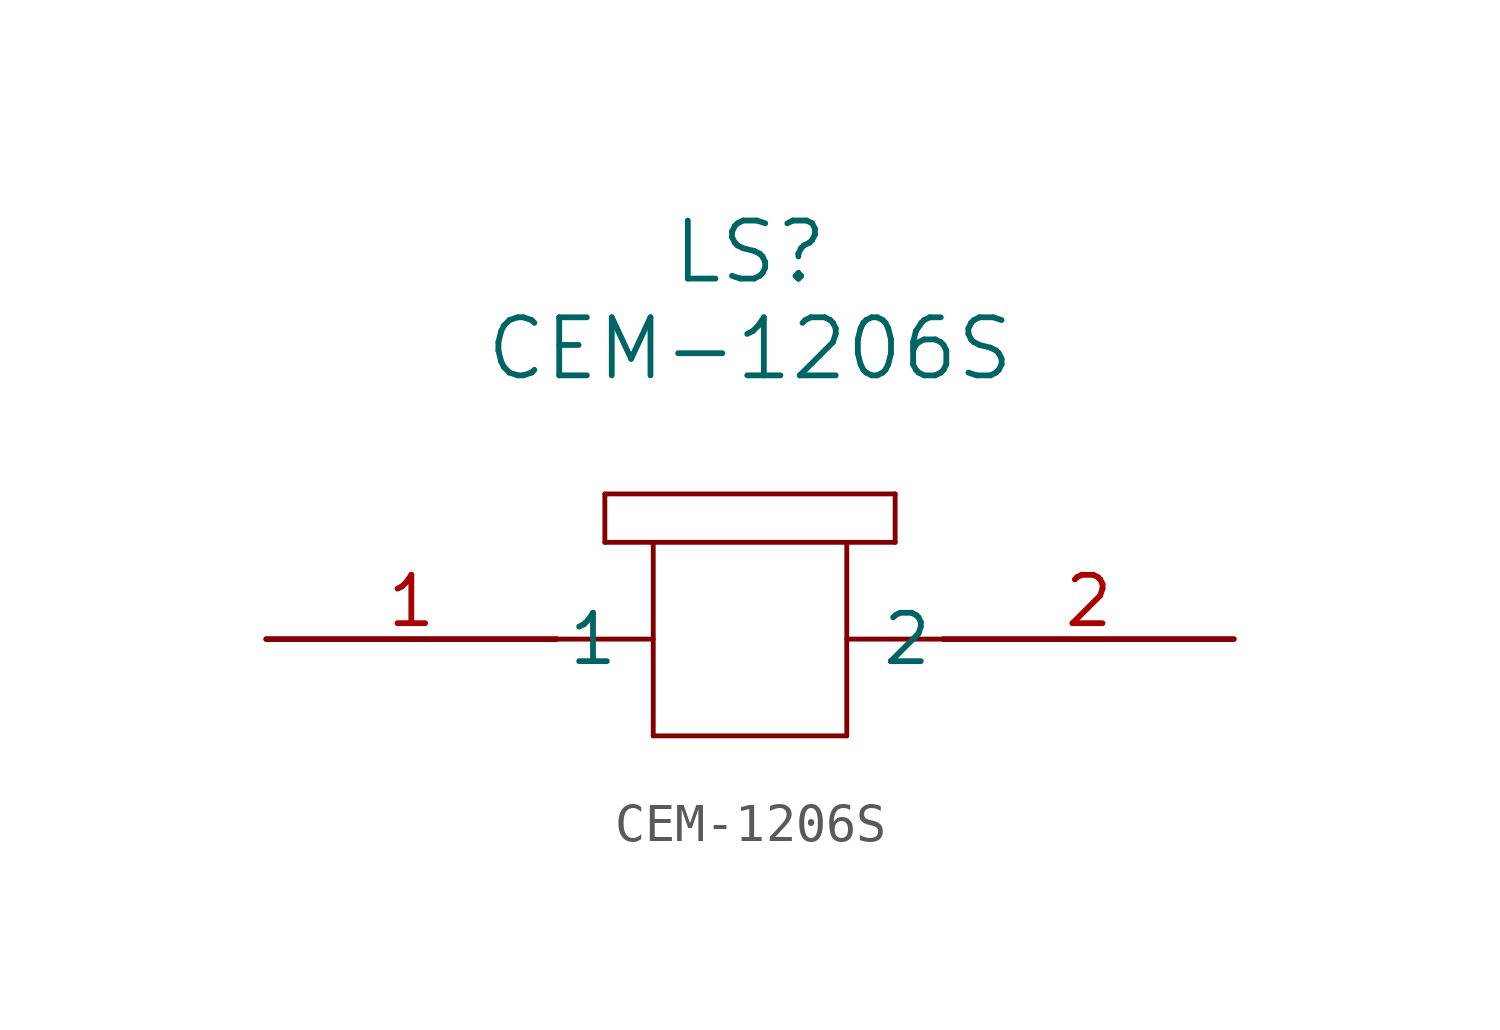
<source format=kicad_sym>
(kicad_symbol_lib
  (version 20211014)
  (generator kicad_symbol_editor)
  (symbol "CEM-1206S"
    (pin_names
      (offset 0.254))
    (property "Reference" "LS"
      (at 12.7 10.16 0)
      (effects (font (size 1.524 1.524))))
    (property "Value" "CEM-1206S"
      (at 12.7 7.62 0)
      (effects (font (size 1.524 1.524))))
    (symbol "CEM-1206S_0_1"
      (polyline (pts (xy 7.62 0) (xy 10.16 0)) (stroke (width 0.127) (type default) (color 0 0 0 0)) (fill (type none)))
      (polyline (pts (xy 17.78 0) (xy 15.24 0)) (stroke (width 0.127) (type default) (color 0 0 0 0)) (fill (type none)))
      (polyline (pts (xy 10.16 2.54) (xy 10.16 -2.54)) (stroke (width 0.127) (type default) (color 0 0 0 0)) (fill (type none)))
      (polyline (pts (xy 10.16 -2.54) (xy 15.24 -2.54)) (stroke (width 0.127) (type default) (color 0 0 0 0)) (fill (type none)))
      (polyline (pts (xy 15.24 -2.54) (xy 15.24 2.54)) (stroke (width 0.127) (type default) (color 0 0 0 0)) (fill (type none)))
      (polyline (pts (xy 16.51 2.54) (xy 8.89 2.54)) (stroke (width 0.127) (type default) (color 0 0 0 0)) (fill (type none)))
      (polyline (pts (xy 8.89 3.81) (xy 8.89 2.54)) (stroke (width 0.127) (type default) (color 0 0 0 0)) (fill (type none)))
      (polyline (pts (xy 8.89 3.81) (xy 16.51 3.81)) (stroke (width 0.127) (type default) (color 0 0 0 0)) (fill (type none)))
      (polyline (pts (xy 16.51 3.81) (xy 16.51 2.54)) (stroke (width 0.127) (type default) (color 0 0 0 0)) (fill (type none)))
      (pin unspecified line (at 0 0 0) (length 7.62) (name "1" (effects (font (size 1.27 1.27)))) (number "1" (effects (font (size 1.27 1.27)))))
      (pin unspecified line (at 25.4 0 180) (length 7.62) (name "2" (effects (font (size 1.27 1.27)))) (number "2" (effects (font (size 1.27 1.27))))))))
</source>
